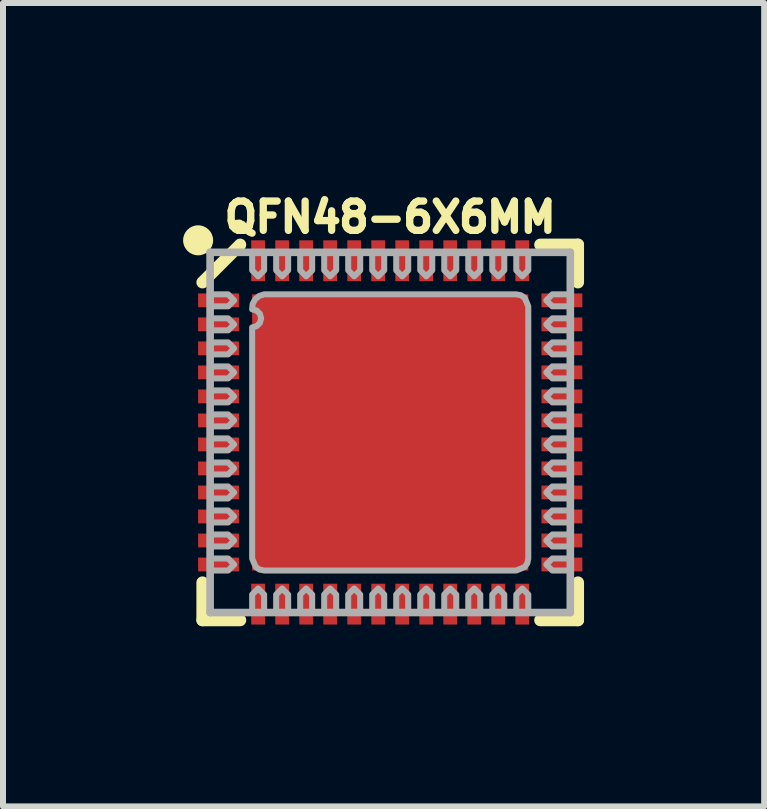
<source format=kicad_pcb>
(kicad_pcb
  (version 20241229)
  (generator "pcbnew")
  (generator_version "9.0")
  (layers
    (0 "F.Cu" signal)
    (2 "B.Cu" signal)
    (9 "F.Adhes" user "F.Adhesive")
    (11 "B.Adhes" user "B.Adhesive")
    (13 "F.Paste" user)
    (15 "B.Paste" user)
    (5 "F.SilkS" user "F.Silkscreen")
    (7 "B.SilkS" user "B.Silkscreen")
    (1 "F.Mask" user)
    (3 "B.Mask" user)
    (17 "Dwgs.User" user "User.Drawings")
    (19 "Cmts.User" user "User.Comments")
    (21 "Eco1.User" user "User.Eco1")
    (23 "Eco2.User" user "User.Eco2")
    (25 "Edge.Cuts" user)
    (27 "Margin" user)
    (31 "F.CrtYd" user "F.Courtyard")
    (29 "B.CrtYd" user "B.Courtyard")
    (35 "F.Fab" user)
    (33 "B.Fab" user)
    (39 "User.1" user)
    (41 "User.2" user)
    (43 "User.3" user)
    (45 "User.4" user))
  (footprint "QFN48-6X6MM"
    (layer "F.Cu")
    (at 3.45 4.153)
    (property "Reference" "QFN48-6X6MM" (at 0 -3.3 0) (layer "F.SilkS") (effects (font (size 0.488 0.488) (thickness 0.122)) (justify bottom)))
    (fp_line (start -3.127 -2.5) (end -2.5 -3.127) (stroke (width 0.203) (type solid)) (layer "F.SilkS"))
    (fp_line (start -3.127 2.5) (end -3.127 3.127) (stroke (width 0.203) (type solid)) (layer "F.SilkS"))
    (fp_line (start -3.127 3.127) (end -2.5 3.127) (stroke (width 0.203) (type solid)) (layer "F.SilkS"))
    (fp_line (start 2.5 3.127) (end 3.127 3.127) (stroke (width 0.203) (type solid)) (layer "F.SilkS"))
    (fp_line (start 3.127 -3.127) (end 2.5 -3.127) (stroke (width 0.203) (type solid)) (layer "F.SilkS"))
    (fp_line (start 3.127 -2.5) (end 3.127 -3.127) (stroke (width 0.203) (type solid)) (layer "F.SilkS"))
    (fp_line (start 3.127 3.127) (end 3.127 2.5) (stroke (width 0.203) (type solid)) (layer "F.SilkS"))
    (fp_circle (center -3.2 -3.2) (end -3.075 -3.2) (stroke (width 0.25) (type solid)) (fill yes) (layer "F.SilkS"))
    (fp_poly (pts (xy -3.158 -2.099) (xy -2.562 -2.099) (xy -2.562 -2.301) (xy -3.158 -2.301)) (stroke (width 0) (type default)) (fill yes) (layer "F.Paste"))
    (fp_poly (pts (xy -3.158 -1.699) (xy -2.562 -1.699) (xy -2.562 -1.901) (xy -3.158 -1.901)) (stroke (width 0) (type default)) (fill yes) (layer "F.Paste"))
    (fp_poly (pts (xy -3.158 -1.299) (xy -2.562 -1.299) (xy -2.562 -1.501) (xy -3.158 -1.501)) (stroke (width 0) (type default)) (fill yes) (layer "F.Paste"))
    (fp_poly (pts (xy -3.158 -0.899) (xy -2.562 -0.899) (xy -2.562 -1.101) (xy -3.158 -1.101)) (stroke (width 0) (type default)) (fill yes) (layer "F.Paste"))
    (fp_poly (pts (xy -3.158 -0.499) (xy -2.562 -0.499) (xy -2.562 -0.701) (xy -3.158 -0.701)) (stroke (width 0) (type default)) (fill yes) (layer "F.Paste"))
    (fp_poly (pts (xy -3.158 -0.099) (xy -2.562 -0.099) (xy -2.562 -0.301) (xy -3.158 -0.301)) (stroke (width 0) (type default)) (fill yes) (layer "F.Paste"))
    (fp_poly (pts (xy -3.158 0.301) (xy -2.562 0.301) (xy -2.562 0.099) (xy -3.158 0.099)) (stroke (width 0) (type default)) (fill yes) (layer "F.Paste"))
    (fp_poly (pts (xy -3.158 0.701) (xy -2.562 0.701) (xy -2.562 0.499) (xy -3.158 0.499)) (stroke (width 0) (type default)) (fill yes) (layer "F.Paste"))
    (fp_poly (pts (xy -3.158 1.101) (xy -2.562 1.101) (xy -2.562 0.899) (xy -3.158 0.899)) (stroke (width 0) (type default)) (fill yes) (layer "F.Paste"))
    (fp_poly (pts (xy -3.158 1.501) (xy -2.562 1.501) (xy -2.562 1.299) (xy -3.158 1.299)) (stroke (width 0) (type default)) (fill yes) (layer "F.Paste"))
    (fp_poly (pts (xy -3.158 1.901) (xy -2.562 1.901) (xy -2.562 1.699) (xy -3.158 1.699)) (stroke (width 0) (type default)) (fill yes) (layer "F.Paste"))
    (fp_poly (pts (xy -3.158 2.301) (xy -2.562 2.301) (xy -2.562 2.099) (xy -3.158 2.099)) (stroke (width 0) (type default)) (fill yes) (layer "F.Paste"))
    (fp_poly (pts (xy -2.301 -3.158) (xy -2.301 -2.562) (xy -2.099 -2.562) (xy -2.099 -3.158)) (stroke (width 0) (type default)) (fill yes) (layer "F.Paste"))
    (fp_poly (pts (xy -2.099 3.158) (xy -2.099 2.562) (xy -2.301 2.562) (xy -2.301 3.158)) (stroke (width 0) (type default)) (fill yes) (layer "F.Paste"))
    (fp_poly (pts (xy -1.901 -3.158) (xy -1.901 -2.562) (xy -1.699 -2.562) (xy -1.699 -3.158)) (stroke (width 0) (type default)) (fill yes) (layer "F.Paste"))
    (fp_poly (pts (xy -1.699 3.158) (xy -1.699 2.562) (xy -1.901 2.562) (xy -1.901 3.158)) (stroke (width 0) (type default)) (fill yes) (layer "F.Paste"))
    (fp_poly (pts (xy -1.501 -3.158) (xy -1.501 -2.562) (xy -1.299 -2.562) (xy -1.299 -3.158)) (stroke (width 0) (type default)) (fill yes) (layer "F.Paste"))
    (fp_poly (pts (xy -1.299 3.158) (xy -1.299 2.562) (xy -1.501 2.562) (xy -1.501 3.158)) (stroke (width 0) (type default)) (fill yes) (layer "F.Paste"))
    (fp_poly (pts (xy -1.101 -3.158) (xy -1.101 -2.562) (xy -0.899 -2.562) (xy -0.899 -3.158)) (stroke (width 0) (type default)) (fill yes) (layer "F.Paste"))
    (fp_poly (pts (xy -0.899 3.158) (xy -0.899 2.562) (xy -1.101 2.562) (xy -1.101 3.158)) (stroke (width 0) (type default)) (fill yes) (layer "F.Paste"))
    (fp_poly (pts (xy -0.701 -3.158) (xy -0.701 -2.562) (xy -0.499 -2.562) (xy -0.499 -3.158)) (stroke (width 0) (type default)) (fill yes) (layer "F.Paste"))
    (fp_poly (pts (xy -0.499 3.158) (xy -0.499 2.562) (xy -0.701 2.562) (xy -0.701 3.158)) (stroke (width 0) (type default)) (fill yes) (layer "F.Paste"))
    (fp_poly (pts (xy -0.489 -0.489) (xy -0.489 -1.811) (xy -1.811 -1.811) (xy -1.811 -0.489)) (stroke (width 0) (type default)) (fill yes) (layer "F.Paste"))
    (fp_poly (pts (xy -0.489 0.489) (xy -1.811 0.489) (xy -1.811 1.811) (xy -0.489 1.811)) (stroke (width 0) (type default)) (fill yes) (layer "F.Paste"))
    (fp_poly (pts (xy -0.301 -3.158) (xy -0.301 -2.562) (xy -0.099 -2.562) (xy -0.099 -3.158)) (stroke (width 0) (type default)) (fill yes) (layer "F.Paste"))
    (fp_poly (pts (xy -0.099 3.158) (xy -0.099 2.562) (xy -0.301 2.562) (xy -0.301 3.158)) (stroke (width 0) (type default)) (fill yes) (layer "F.Paste"))
    (fp_poly (pts (xy 0.099 -3.158) (xy 0.099 -2.562) (xy 0.301 -2.562) (xy 0.301 -3.158)) (stroke (width 0) (type default)) (fill yes) (layer "F.Paste"))
    (fp_poly (pts (xy 0.301 3.158) (xy 0.301 2.562) (xy 0.099 2.562) (xy 0.099 3.158)) (stroke (width 0) (type default)) (fill yes) (layer "F.Paste"))
    (fp_poly (pts (xy 0.489 -0.489) (xy 1.811 -0.489) (xy 1.811 -1.811) (xy 0.489 -1.811)) (stroke (width 0) (type default)) (fill yes) (layer "F.Paste"))
    (fp_poly (pts (xy 0.489 0.489) (xy 0.489 1.811) (xy 1.811 1.811) (xy 1.811 0.489)) (stroke (width 0) (type default)) (fill yes) (layer "F.Paste"))
    (fp_poly (pts (xy 0.499 -3.158) (xy 0.499 -2.562) (xy 0.701 -2.562) (xy 0.701 -3.158)) (stroke (width 0) (type default)) (fill yes) (layer "F.Paste"))
    (fp_poly (pts (xy 0.701 3.158) (xy 0.701 2.562) (xy 0.499 2.562) (xy 0.499 3.158)) (stroke (width 0) (type default)) (fill yes) (layer "F.Paste"))
    (fp_poly (pts (xy 0.899 -3.158) (xy 0.899 -2.562) (xy 1.101 -2.562) (xy 1.101 -3.158)) (stroke (width 0) (type default)) (fill yes) (layer "F.Paste"))
    (fp_poly (pts (xy 1.101 3.158) (xy 1.101 2.562) (xy 0.899 2.562) (xy 0.899 3.158)) (stroke (width 0) (type default)) (fill yes) (layer "F.Paste"))
    (fp_poly (pts (xy 1.299 -3.158) (xy 1.299 -2.562) (xy 1.501 -2.562) (xy 1.501 -3.158)) (stroke (width 0) (type default)) (fill yes) (layer "F.Paste"))
    (fp_poly (pts (xy 1.501 3.158) (xy 1.501 2.562) (xy 1.299 2.562) (xy 1.299 3.158)) (stroke (width 0) (type default)) (fill yes) (layer "F.Paste"))
    (fp_poly (pts (xy 1.699 -3.158) (xy 1.699 -2.562) (xy 1.901 -2.562) (xy 1.901 -3.158)) (stroke (width 0) (type default)) (fill yes) (layer "F.Paste"))
    (fp_poly (pts (xy 1.901 3.158) (xy 1.901 2.562) (xy 1.699 2.562) (xy 1.699 3.158)) (stroke (width 0) (type default)) (fill yes) (layer "F.Paste"))
    (fp_poly (pts (xy 2.099 -3.158) (xy 2.099 -2.562) (xy 2.301 -2.562) (xy 2.301 -3.158)) (stroke (width 0) (type default)) (fill yes) (layer "F.Paste"))
    (fp_poly (pts (xy 2.301 3.158) (xy 2.301 2.562) (xy 2.099 2.562) (xy 2.099 3.158)) (stroke (width 0) (type default)) (fill yes) (layer "F.Paste"))
    (fp_poly (pts (xy 3.158 -2.301) (xy 2.562 -2.301) (xy 2.562 -2.099) (xy 3.158 -2.099)) (stroke (width 0) (type default)) (fill yes) (layer "F.Paste"))
    (fp_poly (pts (xy 3.158 -1.901) (xy 2.562 -1.901) (xy 2.562 -1.699) (xy 3.158 -1.699)) (stroke (width 0) (type default)) (fill yes) (layer "F.Paste"))
    (fp_poly (pts (xy 3.158 -1.501) (xy 2.562 -1.501) (xy 2.562 -1.299) (xy 3.158 -1.299)) (stroke (width 0) (type default)) (fill yes) (layer "F.Paste"))
    (fp_poly (pts (xy 3.158 -1.101) (xy 2.562 -1.101) (xy 2.562 -0.899) (xy 3.158 -0.899)) (stroke (width 0) (type default)) (fill yes) (layer "F.Paste"))
    (fp_poly (pts (xy 3.158 -0.701) (xy 2.562 -0.701) (xy 2.562 -0.499) (xy 3.158 -0.499)) (stroke (width 0) (type default)) (fill yes) (layer "F.Paste"))
    (fp_poly (pts (xy 3.158 -0.301) (xy 2.562 -0.301) (xy 2.562 -0.099) (xy 3.158 -0.099)) (stroke (width 0) (type default)) (fill yes) (layer "F.Paste"))
    (fp_poly (pts (xy 3.158 0.099) (xy 2.562 0.099) (xy 2.562 0.301) (xy 3.158 0.301)) (stroke (width 0) (type default)) (fill yes) (layer "F.Paste"))
    (fp_poly (pts (xy 3.158 0.499) (xy 2.562 0.499) (xy 2.562 0.701) (xy 3.158 0.701)) (stroke (width 0) (type default)) (fill yes) (layer "F.Paste"))
    (fp_poly (pts (xy 3.158 0.899) (xy 2.562 0.899) (xy 2.562 1.101) (xy 3.158 1.101)) (stroke (width 0) (type default)) (fill yes) (layer "F.Paste"))
    (fp_poly (pts (xy 3.158 1.299) (xy 2.562 1.299) (xy 2.562 1.501) (xy 3.158 1.501)) (stroke (width 0) (type default)) (fill yes) (layer "F.Paste"))
    (fp_poly (pts (xy 3.158 1.699) (xy 2.562 1.699) (xy 2.562 1.901) (xy 3.158 1.901)) (stroke (width 0) (type default)) (fill yes) (layer "F.Paste"))
    (fp_poly (pts (xy 3.158 2.099) (xy 2.562 2.099) (xy 2.562 2.301) (xy 3.158 2.301)) (stroke (width 0) (type default)) (fill yes) (layer "F.Paste"))
    (fp_line (start -3 -3) (end -3 3) (stroke (width 0.127) (type solid)) (layer "F.Fab"))
    (fp_line (start -3 3) (end 3 3) (stroke (width 0.127) (type solid)) (layer "F.Fab"))
    (fp_line (start 3 -3) (end -3 -3) (stroke (width 0.127) (type solid)) (layer "F.Fab"))
    (fp_line (start 3 3) (end 3 -3) (stroke (width 0.127) (type solid)) (layer "F.Fab"))
    (fp_poly (pts (xy -2.6 -2.2) (xy -2.7 -2.1) (xy -3 -2.1) (xy -3 -2.3) (xy -2.7 -2.3)) (stroke (width 0.1) (type default)) (fill no) (layer "F.Fab"))
    (fp_poly (pts (xy -2.6 -1.8) (xy -2.7 -1.7) (xy -3 -1.7) (xy -3 -1.9) (xy -2.7 -1.9)) (stroke (width 0.1) (type default)) (fill no) (layer "F.Fab"))
    (fp_poly (pts (xy -2.6 -1.4) (xy -2.7 -1.3) (xy -3 -1.3) (xy -3 -1.5) (xy -2.7 -1.5)) (stroke (width 0.1) (type default)) (fill no) (layer "F.Fab"))
    (fp_poly (pts (xy -2.6 -1) (xy -2.7 -0.9) (xy -3 -0.9) (xy -3 -1.1) (xy -2.7 -1.1)) (stroke (width 0.1) (type default)) (fill no) (layer "F.Fab"))
    (fp_poly (pts (xy -2.6 -0.6) (xy -2.7 -0.5) (xy -3 -0.5) (xy -3 -0.7) (xy -2.7 -0.7)) (stroke (width 0.1) (type default)) (fill no) (layer "F.Fab"))
    (fp_poly (pts (xy -2.6 -0.2) (xy -2.7 -0.1) (xy -3 -0.1) (xy -3 -0.3) (xy -2.7 -0.3)) (stroke (width 0.1) (type default)) (fill no) (layer "F.Fab"))
    (fp_poly (pts (xy -2.6 0.2) (xy -2.7 0.3) (xy -3 0.3) (xy -3 0.1) (xy -2.7 0.1)) (stroke (width 0.1) (type default)) (fill no) (layer "F.Fab"))
    (fp_poly (pts (xy -2.6 0.6) (xy -2.7 0.7) (xy -3 0.7) (xy -3 0.5) (xy -2.7 0.5)) (stroke (width 0.1) (type default)) (fill no) (layer "F.Fab"))
    (fp_poly (pts (xy -2.6 1) (xy -2.7 1.1) (xy -3 1.1) (xy -3 0.9) (xy -2.7 0.9)) (stroke (width 0.1) (type default)) (fill no) (layer "F.Fab"))
    (fp_poly (pts (xy -2.6 1.4) (xy -2.7 1.5) (xy -3 1.5) (xy -3 1.3) (xy -2.7 1.3)) (stroke (width 0.1) (type default)) (fill no) (layer "F.Fab"))
    (fp_poly (pts (xy -2.6 1.8) (xy -2.7 1.9) (xy -3 1.9) (xy -3 1.7) (xy -2.7 1.7)) (stroke (width 0.1) (type default)) (fill no) (layer "F.Fab"))
    (fp_poly (pts (xy -2.6 2.2) (xy -2.7 2.3) (xy -3 2.3) (xy -3 2.1) (xy -2.7 2.1)) (stroke (width 0.1) (type default)) (fill no) (layer "F.Fab"))
    (fp_poly (pts (xy -2.1 -2.7) (xy -2.2 -2.6) (xy -2.3 -2.7) (xy -2.3 -3) (xy -2.1 -3)) (stroke (width 0.1) (type default)) (fill no) (layer "F.Fab"))
    (fp_poly (pts (xy -2.1 2.7) (xy -2.1 3) (xy -2.3 3) (xy -2.3 2.7) (xy -2.2 2.6)) (stroke (width 0.1) (type default)) (fill no) (layer "F.Fab"))
    (fp_poly (pts (xy -1.7 -2.7) (xy -1.8 -2.6) (xy -1.9 -2.7) (xy -1.9 -3) (xy -1.7 -3)) (stroke (width 0.1) (type default)) (fill no) (layer "F.Fab"))
    (fp_poly (pts (xy -1.7 2.7) (xy -1.7 3) (xy -1.9 3) (xy -1.9 2.7) (xy -1.8 2.6)) (stroke (width 0.1) (type default)) (fill no) (layer "F.Fab"))
    (fp_poly (pts (xy -1.3 -2.7) (xy -1.4 -2.6) (xy -1.5 -2.7) (xy -1.5 -3) (xy -1.3 -3)) (stroke (width 0.1) (type default)) (fill no) (layer "F.Fab"))
    (fp_poly (pts (xy -1.3 2.7) (xy -1.3 3) (xy -1.5 3) (xy -1.5 2.7) (xy -1.4 2.6)) (stroke (width 0.1) (type default)) (fill no) (layer "F.Fab"))
    (fp_poly (pts (xy -0.9 -2.7) (xy -1 -2.6) (xy -1.1 -2.7) (xy -1.1 -3) (xy -0.9 -3)) (stroke (width 0.1) (type default)) (fill no) (layer "F.Fab"))
    (fp_poly (pts (xy -0.9 2.7) (xy -0.9 3) (xy -1.1 3) (xy -1.1 2.7) (xy -1 2.6)) (stroke (width 0.1) (type default)) (fill no) (layer "F.Fab"))
    (fp_poly (pts (xy -0.5 -2.7) (xy -0.6 -2.6) (xy -0.7 -2.7) (xy -0.7 -3) (xy -0.5 -3)) (stroke (width 0.1) (type default)) (fill no) (layer "F.Fab"))
    (fp_poly (pts (xy -0.5 2.7) (xy -0.5 3) (xy -0.7 3) (xy -0.7 2.7) (xy -0.6 2.6)) (stroke (width 0.1) (type default)) (fill no) (layer "F.Fab"))
    (fp_poly (pts (xy -0.1 -2.7) (xy -0.2 -2.6) (xy -0.3 -2.7) (xy -0.3 -3) (xy -0.1 -3)) (stroke (width 0.1) (type default)) (fill no) (layer "F.Fab"))
    (fp_poly (pts (xy -0.1 2.7) (xy -0.1 3) (xy -0.3 3) (xy -0.3 2.7) (xy -0.2 2.6)) (stroke (width 0.1) (type default)) (fill no) (layer "F.Fab"))
    (fp_poly (pts (xy 0.3 -2.7) (xy 0.2 -2.6) (xy 0.1 -2.7) (xy 0.1 -3) (xy 0.3 -3)) (stroke (width 0.1) (type default)) (fill no) (layer "F.Fab"))
    (fp_poly (pts (xy 0.3 2.7) (xy 0.3 3) (xy 0.1 3) (xy 0.1 2.7) (xy 0.2 2.6)) (stroke (width 0.1) (type default)) (fill no) (layer "F.Fab"))
    (fp_poly (pts (xy 0.7 -2.7) (xy 0.6 -2.6) (xy 0.5 -2.7) (xy 0.5 -3) (xy 0.7 -3)) (stroke (width 0.1) (type default)) (fill no) (layer "F.Fab"))
    (fp_poly (pts (xy 0.7 2.7) (xy 0.7 3) (xy 0.5 3) (xy 0.5 2.7) (xy 0.6 2.6)) (stroke (width 0.1) (type default)) (fill no) (layer "F.Fab"))
    (fp_poly (pts (xy 1.1 -2.7) (xy 1 -2.6) (xy 0.9 -2.7) (xy 0.9 -3) (xy 1.1 -3)) (stroke (width 0.1) (type default)) (fill no) (layer "F.Fab"))
    (fp_poly (pts (xy 1.1 2.7) (xy 1.1 3) (xy 0.9 3) (xy 0.9 2.7) (xy 1 2.6)) (stroke (width 0.1) (type default)) (fill no) (layer "F.Fab"))
    (fp_poly (pts (xy 1.5 -2.7) (xy 1.4 -2.6) (xy 1.3 -2.7) (xy 1.3 -3) (xy 1.5 -3)) (stroke (width 0.1) (type default)) (fill no) (layer "F.Fab"))
    (fp_poly (pts (xy 1.5 2.7) (xy 1.5 3) (xy 1.3 3) (xy 1.3 2.7) (xy 1.4 2.6)) (stroke (width 0.1) (type default)) (fill no) (layer "F.Fab"))
    (fp_poly (pts (xy 1.9 -2.7) (xy 1.8 -2.6) (xy 1.7 -2.7) (xy 1.7 -3) (xy 1.9 -3)) (stroke (width 0.1) (type default)) (fill no) (layer "F.Fab"))
    (fp_poly (pts (xy 1.9 2.7) (xy 1.9 3) (xy 1.7 3) (xy 1.7 2.7) (xy 1.8 2.6)) (stroke (width 0.1) (type default)) (fill no) (layer "F.Fab"))
    (fp_poly (pts (xy 2.3 -2.7) (xy 2.2 -2.6) (xy 2.1 -2.7) (xy 2.1 -3) (xy 2.3 -3)) (stroke (width 0.1) (type default)) (fill no) (layer "F.Fab"))
    (fp_poly (pts (xy 2.3 2.7) (xy 2.3 3) (xy 2.1 3) (xy 2.1 2.7) (xy 2.2 2.6)) (stroke (width 0.1) (type default)) (fill no) (layer "F.Fab"))
    (fp_poly (pts (xy 3 -2.1) (xy 2.7 -2.1) (xy 2.6 -2.2) (xy 2.7 -2.3) (xy 3 -2.3)) (stroke (width 0.1) (type default)) (fill no) (layer "F.Fab"))
    (fp_poly (pts (xy 3 -1.7) (xy 2.7 -1.7) (xy 2.6 -1.8) (xy 2.7 -1.9) (xy 3 -1.9)) (stroke (width 0.1) (type default)) (fill no) (layer "F.Fab"))
    (fp_poly (pts (xy 3 -1.3) (xy 2.7 -1.3) (xy 2.6 -1.4) (xy 2.7 -1.5) (xy 3 -1.5)) (stroke (width 0.1) (type default)) (fill no) (layer "F.Fab"))
    (fp_poly (pts (xy 3 -0.9) (xy 2.7 -0.9) (xy 2.6 -1) (xy 2.7 -1.1) (xy 3 -1.1)) (stroke (width 0.1) (type default)) (fill no) (layer "F.Fab"))
    (fp_poly (pts (xy 3 -0.5) (xy 2.7 -0.5) (xy 2.6 -0.6) (xy 2.7 -0.7) (xy 3 -0.7)) (stroke (width 0.1) (type default)) (fill no) (layer "F.Fab"))
    (fp_poly (pts (xy 3 -0.1) (xy 2.7 -0.1) (xy 2.6 -0.2) (xy 2.7 -0.3) (xy 3 -0.3)) (stroke (width 0.1) (type default)) (fill no) (layer "F.Fab"))
    (fp_poly (pts (xy 3 0.3) (xy 2.7 0.3) (xy 2.6 0.2) (xy 2.7 0.1) (xy 3 0.1)) (stroke (width 0.1) (type default)) (fill no) (layer "F.Fab"))
    (fp_poly (pts (xy 3 0.7) (xy 2.7 0.7) (xy 2.6 0.6) (xy 2.7 0.5) (xy 3 0.5)) (stroke (width 0.1) (type default)) (fill no) (layer "F.Fab"))
    (fp_poly (pts (xy 3 1.1) (xy 2.7 1.1) (xy 2.6 1) (xy 2.7 0.9) (xy 3 0.9)) (stroke (width 0.1) (type default)) (fill no) (layer "F.Fab"))
    (fp_poly (pts (xy 3 1.5) (xy 2.7 1.5) (xy 2.6 1.4) (xy 2.7 1.3) (xy 3 1.3)) (stroke (width 0.1) (type default)) (fill no) (layer "F.Fab"))
    (fp_poly (pts (xy 3 1.9) (xy 2.7 1.9) (xy 2.6 1.8) (xy 2.7 1.7) (xy 3 1.7)) (stroke (width 0.1) (type default)) (fill no) (layer "F.Fab"))
    (fp_poly (pts (xy 3 2.3) (xy 2.7 2.3) (xy 2.6 2.2) (xy 2.7 2.1) (xy 3 2.1)) (stroke (width 0.1) (type default)) (fill no) (layer "F.Fab"))
    (fp_poly (pts (xy 2.177 -2.285) (xy 2.241 -2.241) (xy 2.3 -2.1) (xy 2.3 2.1) (xy 2.285 2.177) (xy 2.241 2.241) (xy 2.1 2.3) (xy -2.1 2.3) (xy -2.177 2.285) (xy -2.241 2.241) (xy -2.3 2.1) (xy -2.3 -1.75) (xy -2.225 -1.77) (xy -2.17 -1.825) (xy -2.15 -1.9) (xy -2.17 -1.975) (xy -2.225 -2.03) (xy -2.3 -2.05) (xy -2.292 -2.138) (xy -2.252 -2.216) (xy -2.184 -2.273) (xy -2.1 -2.3) (xy 2.1 -2.3)) (stroke (width 0.1) (type default)) (fill no) (layer "F.Fab"))
    (pad "1" smd rect (at -2.86 -2.2 90) (size 0.23 0.68) (layers "F.Cu" "F.Mask"))
    (pad "2" smd rect (at -2.86 -1.8 90) (size 0.23 0.68) (layers "F.Cu" "F.Mask"))
    (pad "3" smd rect (at -2.86 -1.4 90) (size 0.23 0.68) (layers "F.Cu" "F.Mask"))
    (pad "4" smd rect (at -2.86 -1 90) (size 0.23 0.68) (layers "F.Cu" "F.Mask"))
    (pad "5" smd rect (at -2.86 -0.6 90) (size 0.23 0.68) (layers "F.Cu" "F.Mask"))
    (pad "6" smd rect (at -2.86 -0.2 90) (size 0.23 0.68) (layers "F.Cu" "F.Mask"))
    (pad "7" smd rect (at -2.86 0.2 90) (size 0.23 0.68) (layers "F.Cu" "F.Mask"))
    (pad "8" smd rect (at -2.86 0.6 90) (size 0.23 0.68) (layers "F.Cu" "F.Mask"))
    (pad "9" smd rect (at -2.86 1 90) (size 0.23 0.68) (layers "F.Cu" "F.Mask"))
    (pad "10" smd rect (at -2.86 1.4 90) (size 0.23 0.68) (layers "F.Cu" "F.Mask"))
    (pad "11" smd rect (at -2.86 1.8 90) (size 0.23 0.68) (layers "F.Cu" "F.Mask"))
    (pad "12" smd rect (at -2.86 2.2 90) (size 0.23 0.68) (layers "F.Cu" "F.Mask"))
    (pad "13" smd rect (at -2.2 2.86 180) (size 0.23 0.68) (layers "F.Cu" "F.Mask"))
    (pad "14" smd rect (at -1.8 2.86 180) (size 0.23 0.68) (layers "F.Cu" "F.Mask"))
    (pad "15" smd rect (at -1.4 2.86 180) (size 0.23 0.68) (layers "F.Cu" "F.Mask"))
    (pad "16" smd rect (at -1 2.86 180) (size 0.23 0.68) (layers "F.Cu" "F.Mask"))
    (pad "17" smd rect (at -0.6 2.86 180) (size 0.23 0.68) (layers "F.Cu" "F.Mask"))
    (pad "18" smd rect (at -0.2 2.86 180) (size 0.23 0.68) (layers "F.Cu" "F.Mask"))
    (pad "19" smd rect (at 0.2 2.86 180) (size 0.23 0.68) (layers "F.Cu" "F.Mask"))
    (pad "20" smd rect (at 0.6 2.86 180) (size 0.23 0.68) (layers "F.Cu" "F.Mask"))
    (pad "21" smd rect (at 1 2.86 180) (size 0.23 0.68) (layers "F.Cu" "F.Mask"))
    (pad "22" smd rect (at 1.4 2.86 180) (size 0.23 0.68) (layers "F.Cu" "F.Mask"))
    (pad "23" smd rect (at 1.8 2.86 180) (size 0.23 0.68) (layers "F.Cu" "F.Mask"))
    (pad "24" smd rect (at 2.2 2.86 180) (size 0.23 0.68) (layers "F.Cu" "F.Mask"))
    (pad "25" smd rect (at 2.86 2.2 270) (size 0.23 0.68) (layers "F.Cu" "F.Mask"))
    (pad "26" smd rect (at 2.86 1.8 270) (size 0.23 0.68) (layers "F.Cu" "F.Mask"))
    (pad "27" smd rect (at 2.86 1.4 270) (size 0.23 0.68) (layers "F.Cu" "F.Mask"))
    (pad "28" smd rect (at 2.86 1 270) (size 0.23 0.68) (layers "F.Cu" "F.Mask"))
    (pad "29" smd rect (at 2.86 0.6 270) (size 0.23 0.68) (layers "F.Cu" "F.Mask"))
    (pad "30" smd rect (at 2.86 0.2 270) (size 0.23 0.68) (layers "F.Cu" "F.Mask"))
    (pad "31" smd rect (at 2.86 -0.2 270) (size 0.23 0.68) (layers "F.Cu" "F.Mask"))
    (pad "32" smd rect (at 2.86 -0.6 270) (size 0.23 0.68) (layers "F.Cu" "F.Mask"))
    (pad "33" smd rect (at 2.86 -1 270) (size 0.23 0.68) (layers "F.Cu" "F.Mask"))
    (pad "34" smd rect (at 2.86 -1.4 270) (size 0.23 0.68) (layers "F.Cu" "F.Mask"))
    (pad "35" smd rect (at 2.86 -1.8 270) (size 0.23 0.68) (layers "F.Cu" "F.Mask"))
    (pad "36" smd rect (at 2.86 -2.2 270) (size 0.23 0.68) (layers "F.Cu" "F.Mask"))
    (pad "37" smd rect (at 2.2 -2.86) (size 0.23 0.68) (layers "F.Cu" "F.Mask"))
    (pad "38" smd rect (at 1.8 -2.86) (size 0.23 0.68) (layers "F.Cu" "F.Mask"))
    (pad "39" smd rect (at 1.4 -2.86) (size 0.23 0.68) (layers "F.Cu" "F.Mask"))
    (pad "40" smd rect (at 1 -2.86) (size 0.23 0.68) (layers "F.Cu" "F.Mask"))
    (pad "41" smd rect (at 0.6 -2.86) (size 0.23 0.68) (layers "F.Cu" "F.Mask"))
    (pad "42" smd rect (at 0.2 -2.86) (size 0.23 0.68) (layers "F.Cu" "F.Mask"))
    (pad "43" smd rect (at -0.2 -2.86) (size 0.23 0.68) (layers "F.Cu" "F.Mask"))
    (pad "44" smd rect (at -0.6 -2.86) (size 0.23 0.68) (layers "F.Cu" "F.Mask"))
    (pad "45" smd rect (at -1 -2.86) (size 0.23 0.68) (layers "F.Cu" "F.Mask"))
    (pad "46" smd rect (at -1.4 -2.86) (size 0.23 0.68) (layers "F.Cu" "F.Mask"))
    (pad "47" smd rect (at -1.8 -2.86) (size 0.23 0.68) (layers "F.Cu" "F.Mask"))
    (pad "48" smd rect (at -2.2 -2.86) (size 0.23 0.68) (layers "F.Cu" "F.Mask"))
    (pad "EP" smd rect (at 0 0) (size 4.6 4.6) (layers "F.Cu" "F.Mask")))
  (gr_rect
    (start -3 -3)
    (end 9.679 10.382)
    (stroke (width 0.1) (type default))
    (fill no)
    (layer "Edge.Cuts")))
</source>
